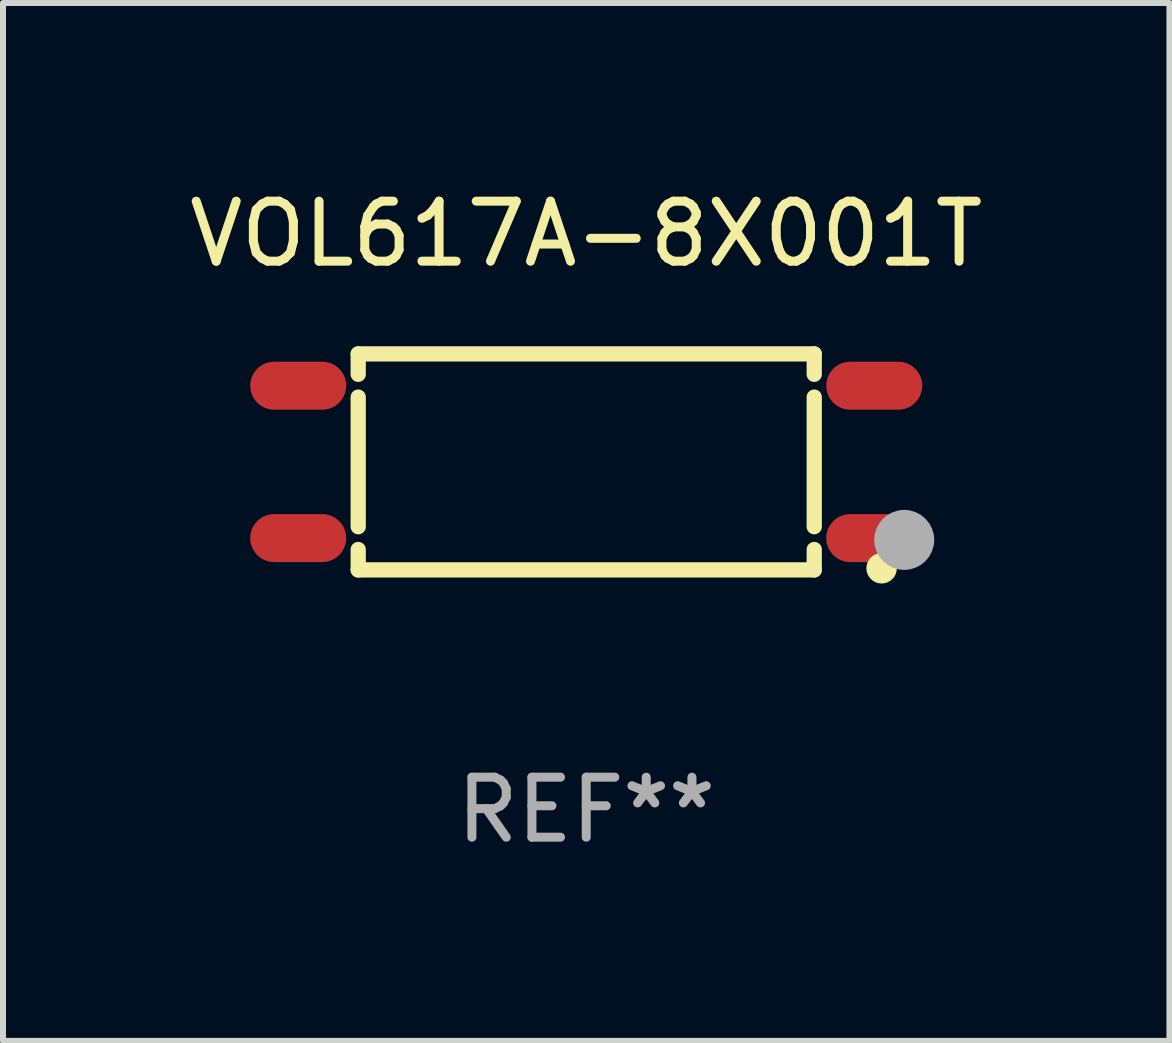
<source format=kicad_pcb>
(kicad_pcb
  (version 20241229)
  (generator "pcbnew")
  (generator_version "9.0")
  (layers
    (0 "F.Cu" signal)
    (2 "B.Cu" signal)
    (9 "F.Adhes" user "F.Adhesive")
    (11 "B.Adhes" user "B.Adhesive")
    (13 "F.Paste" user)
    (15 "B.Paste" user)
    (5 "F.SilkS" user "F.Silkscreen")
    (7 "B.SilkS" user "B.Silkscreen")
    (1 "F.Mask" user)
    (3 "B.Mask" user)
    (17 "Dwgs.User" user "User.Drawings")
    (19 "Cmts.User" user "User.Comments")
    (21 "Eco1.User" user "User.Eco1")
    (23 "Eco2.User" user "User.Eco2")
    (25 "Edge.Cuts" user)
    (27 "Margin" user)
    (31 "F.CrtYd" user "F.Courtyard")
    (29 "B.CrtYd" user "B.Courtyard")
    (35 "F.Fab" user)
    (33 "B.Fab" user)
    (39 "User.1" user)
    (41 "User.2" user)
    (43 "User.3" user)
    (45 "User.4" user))
  (footprint "VOL617A-8X001T"
    (layer "F.Cu")
    (at 6.72 4.648)
    (property "Reference" "VOL617A-8X001T" (at 0 -3.8 0) (layer "F.SilkS") (effects (font (size 1 1) (thickness 0.15))))
    (attr through_hole)
    (fp_line (start -3.8 -1.8) (end 3.8 -1.8) (stroke (width 0.254) (type solid)) (layer "F.SilkS"))
    (fp_line (start -3.8 -1.46) (end -3.8 -1.8) (stroke (width 0.254) (type solid)) (layer "F.SilkS"))
    (fp_line (start -3.8 1.08) (end -3.8 -1.08) (stroke (width 0.254) (type solid)) (layer "F.SilkS"))
    (fp_line (start -3.8 1.8) (end -3.8 1.46) (stroke (width 0.254) (type solid)) (layer "F.SilkS"))
    (fp_line (start 3.8 -1.8) (end 3.8 -1.46) (stroke (width 0.254) (type solid)) (layer "F.SilkS"))
    (fp_line (start 3.8 -1.08) (end 3.8 1.08) (stroke (width 0.254) (type solid)) (layer "F.SilkS"))
    (fp_line (start 3.8 1.46) (end 3.8 1.8) (stroke (width 0.254) (type solid)) (layer "F.SilkS"))
    (fp_line (start 3.8 1.8) (end -3.8 1.8) (stroke (width 0.254) (type solid)) (layer "F.SilkS"))
    (fp_circle (center 4.923 1.773) (end 5.05 1.773) (stroke (width 0.254) (type solid)) (fill no) (layer "F.SilkS"))
    (fp_circle (center 5.3 1.3) (end 5.55 1.3) (stroke (width 0.5) (type solid)) (fill no) (layer "F.Fab"))
    (fp_text user "REF**" (at 0 5.8 0) (layer "F.Fab") (effects (font (size 1 1) (thickness 0.15))))
    (pad "1" smd oval (at 4.8 1.27 90) (size 0.8 1.6) (layers "F.Cu" "F.Mask" "F.Paste"))
    (pad "2" smd oval (at 4.8 -1.27 90) (size 0.8 1.6) (layers "F.Cu" "F.Mask" "F.Paste"))
    (pad "3" smd oval (at -4.8 -1.27 90) (size 0.8 1.6) (layers "F.Cu" "F.Mask" "F.Paste"))
    (pad "4" smd oval (at -4.8 1.27 90) (size 0.8 1.6) (layers "F.Cu" "F.Mask" "F.Paste")))
  (gr_rect
    (start -3 -3)
    (end 16.44 14.297)
    (stroke (width 0.1) (type default))
    (fill no)
    (layer "Edge.Cuts")))
</source>
